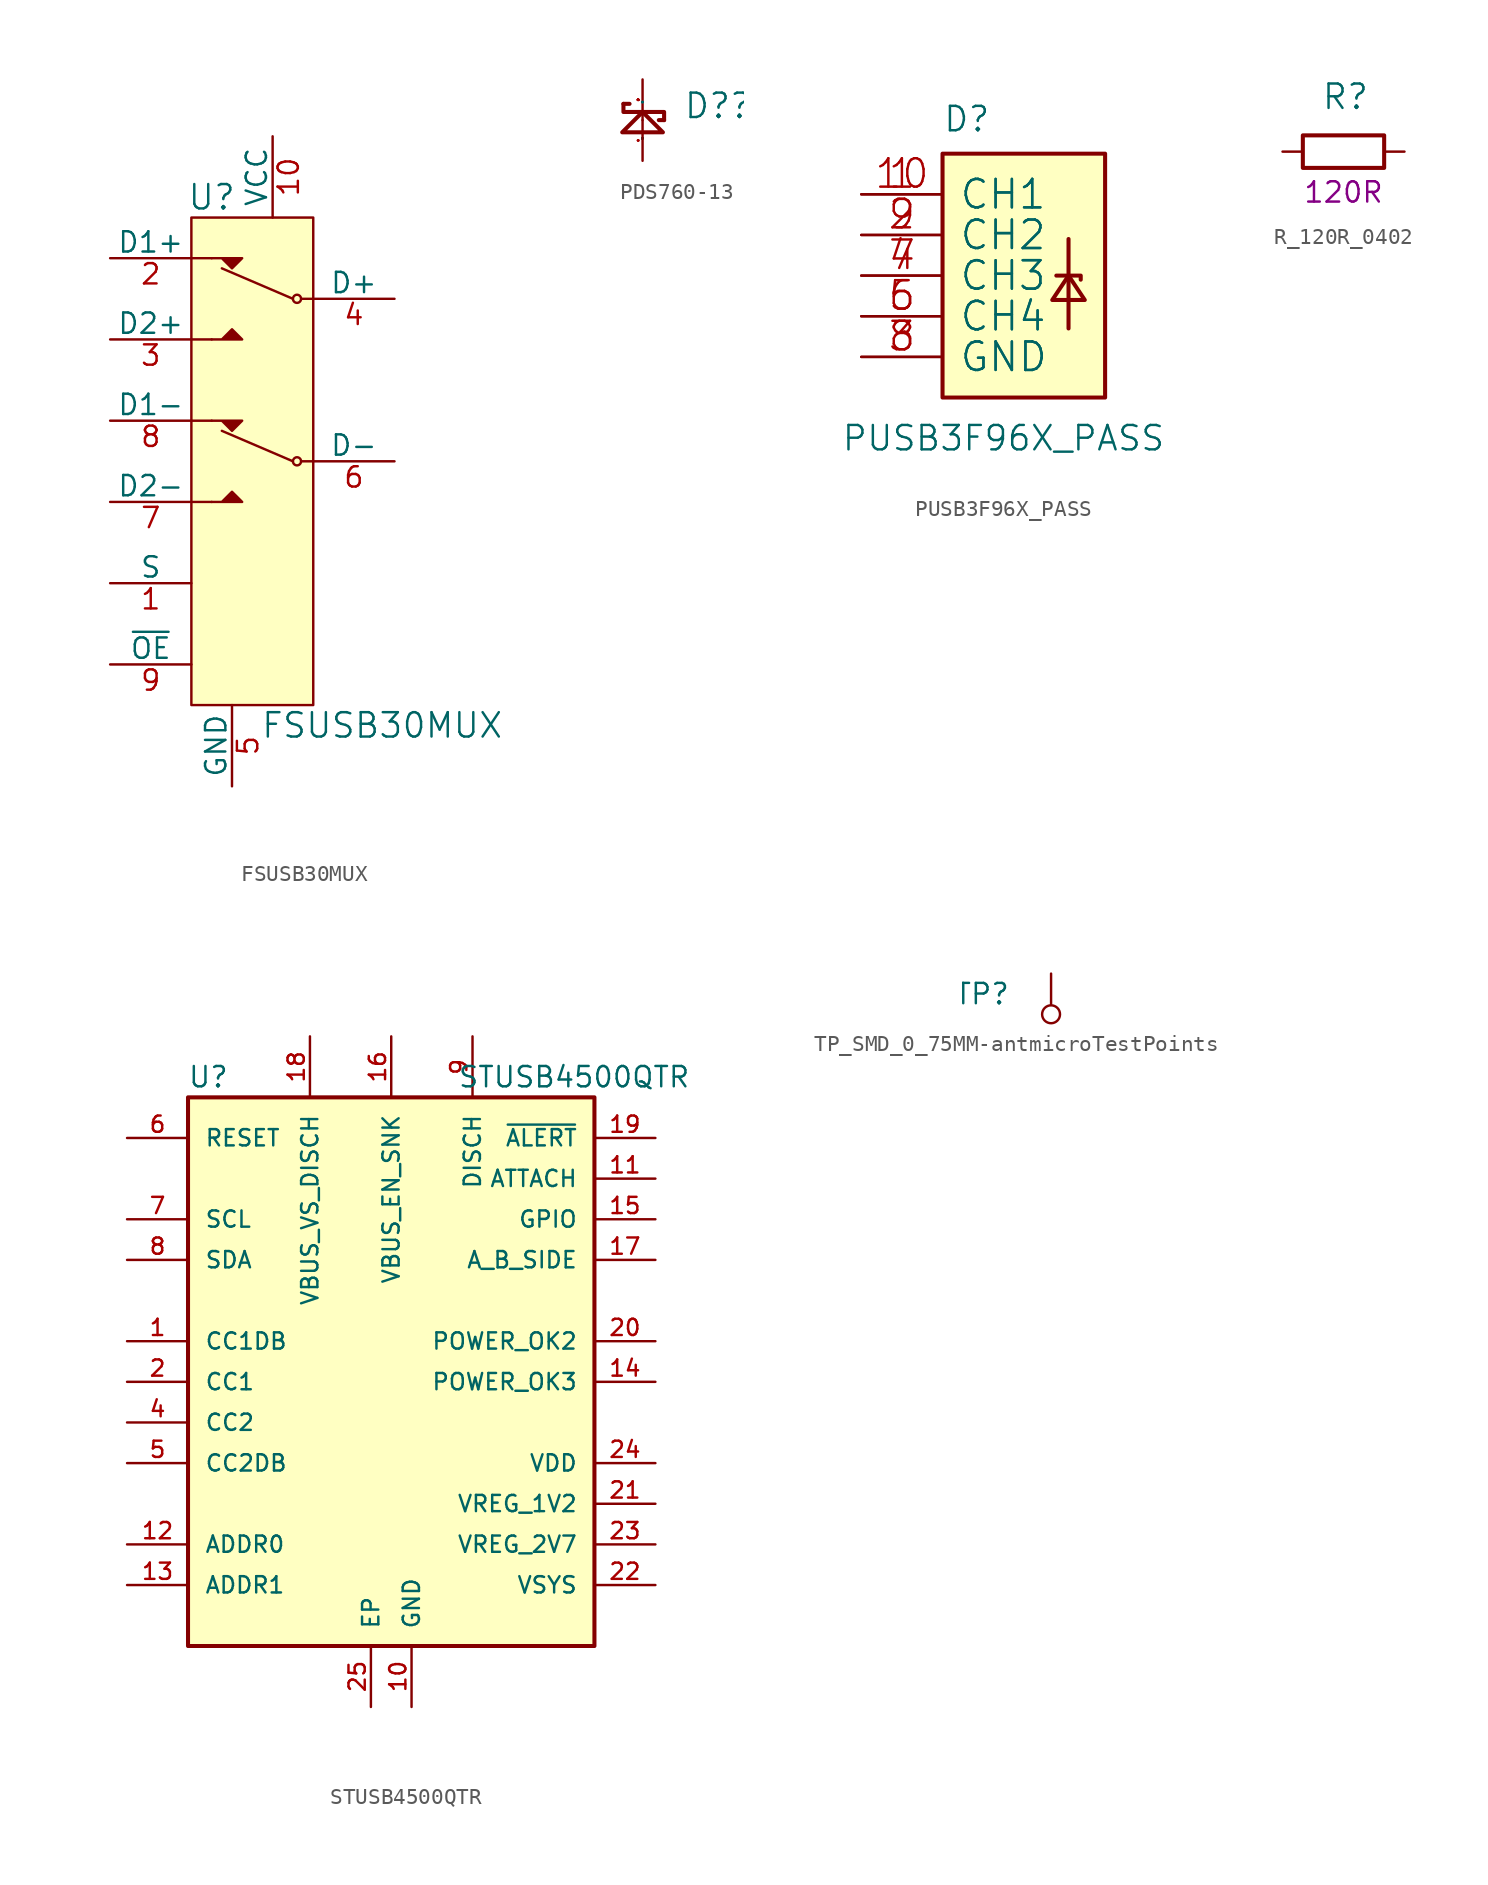
<source format=kicad_sym>
(kicad_symbol_lib
  (version 20211014)
  (generator kicad_symbol_editor)
  (symbol "FSUSB30MUX"
    (pin_names
      (offset 0))
    (property "Reference" "U"
      (at -3.81 16.51 0)
      (effects (font (size 1.524 1.524))))
    (property "Value" "FSUSB30MUX"
      (at -0.762 -16.51 0)
      (effects (font (size 1.524 1.524)) (justify left)))
    (symbol "FSUSB30MUX_0_1"
      (rectangle (start -5.08 15.24) (end 2.54 -15.24) (stroke (width 0) (type default) (color 0 0 0 0)) (fill (type background)))
      (polyline (pts (xy -5.08 -2.54) (xy -3.81 -2.54)) (stroke (width 0) (type default) (color 0 0 0 0)) (fill (type none)))
      (polyline (pts (xy -5.08 7.62) (xy -3.81 7.62)) (stroke (width 0) (type default) (color 0 0 0 0)) (fill (type none)))
      (polyline (pts (xy -3.81 2.54) (xy -5.08 2.54)) (stroke (width 0) (type default) (color 0 0 0 0)) (fill (type none)))
      (polyline (pts (xy -3.81 12.7) (xy -5.08 12.7)) (stroke (width 0) (type default) (color 0 0 0 0)) (fill (type none)))
      (polyline (pts (xy -3.175 1.905) (xy 1.27 0)) (stroke (width 0) (type default) (color 0 0 0 0)) (fill (type none)))
      (polyline (pts (xy -3.175 12.065) (xy 1.27 10.16)) (stroke (width 0) (type default) (color 0 0 0 0)) (fill (type none)))
      (polyline (pts (xy 1.778 0) (xy 2.54 0)) (stroke (width 0) (type default) (color 0 0 0 0)) (fill (type none)))
      (polyline (pts (xy 1.778 10.16) (xy 2.54 10.16)) (stroke (width 0) (type default) (color 0 0 0 0)) (fill (type none)))
      (polyline (pts (xy -3.81 -2.54) (xy -1.905 -2.54) (xy -2.54 -1.905) (xy -3.175 -2.54)) (stroke (width 0) (type default) (color 0 0 0 0)) (fill (type outline)))
      (polyline (pts (xy -3.81 2.54) (xy -1.905 2.54) (xy -2.54 1.905) (xy -3.175 2.54)) (stroke (width 0) (type default) (color 0 0 0 0)) (fill (type outline)))
      (polyline (pts (xy -3.81 7.62) (xy -1.905 7.62) (xy -2.54 8.255) (xy -3.175 7.62)) (stroke (width 0) (type default) (color 0 0 0 0)) (fill (type outline)))
      (polyline (pts (xy -3.81 12.7) (xy -1.905 12.7) (xy -2.54 12.065) (xy -3.175 12.7)) (stroke (width 0) (type default) (color 0 0 0 0)) (fill (type outline)))
      (circle (center 1.524 0) (radius 0.254) (stroke (width 0) (type default) (color 0 0 0 0)) (fill (type none)))
      (circle (center 1.524 10.16) (radius 0.254) (stroke (width 0) (type default) (color 0 0 0 0)) (fill (type none))))
    (symbol "FSUSB30MUX_1_1"
      (pin input line (at -10.16 -7.62 0) (length 5.08) (name "S" (effects (font (size 1.27 1.27)))) (number "1" (effects (font (size 1.27 1.27)))))
      (pin power_in line (at 0 20.32 270) (length 5.08) (name "VCC" (effects (font (size 1.27 1.27)))) (number "10" (effects (font (size 1.27 1.27)))))
      (pin bidirectional line (at -10.16 12.7 0) (length 5.08) (name "D1+" (effects (font (size 1.27 1.27)))) (number "2" (effects (font (size 1.27 1.27)))))
      (pin bidirectional line (at -10.16 7.62 0) (length 5.08) (name "D2+" (effects (font (size 1.27 1.27)))) (number "3" (effects (font (size 1.27 1.27)))))
      (pin bidirectional line (at 7.62 10.16 180) (length 5.08) (name "D+" (effects (font (size 1.27 1.27)))) (number "4" (effects (font (size 1.27 1.27)))))
      (pin power_in line (at -2.54 -20.32 90) (length 5.08) (name "GND" (effects (font (size 1.27 1.27)))) (number "5" (effects (font (size 1.27 1.27)))))
      (pin bidirectional line (at 7.62 0 180) (length 5.08) (name "D-" (effects (font (size 1.27 1.27)))) (number "6" (effects (font (size 1.27 1.27)))))
      (pin bidirectional line (at -10.16 -2.54 0) (length 5.08) (name "D2-" (effects (font (size 1.27 1.27)))) (number "7" (effects (font (size 1.27 1.27)))))
      (pin bidirectional line (at -10.16 2.54 0) (length 5.08) (name "D1-" (effects (font (size 1.27 1.27)))) (number "8" (effects (font (size 1.27 1.27)))))
      (pin input line (at -10.16 -12.7 0) (length 5.08) (name "~{OE}" (effects (font (size 1.27 1.27)))) (number "9" (effects (font (size 1.27 1.27)))))))
  (symbol "PDS760-13"
    (pin_names
      (offset 1.016))
    (property "Reference" "D?"
      (at 2.54 0 0)
      (effects (font (size 1.524 1.524)) (justify left bottom)))
    (symbol "PDS760-13_0_1"
      (polyline (pts (xy -1.27 -0.762) (xy 1.27 -0.762) (xy 0 0.508) (xy -1.27 -0.762)) (stroke (width 0.254) (type default) (color 0 0 0 0)) (fill (type none)))
      (polyline (pts (xy -1.194 1.016) (xy -1.194 0.508) (xy 1.346 0.508) (xy 1.346 0)) (stroke (width 0.254) (type default) (color 0 0 0 0)) (fill (type none)))
      (pin passive line (at 0 -2.54 90) (length 2.54) (name "A" (effects (font (size 0.025 0.025)))) (number "A" (effects (font (size 0.025 0.025)))))
      (pin passive line (at 0 2.54 270) (length 2.54) (name "C" (effects (font (size 0.025 0.025)))) (number "C" (effects (font (size 0.025 0.025))))))
    (symbol "PDS760-13_1_1"
      (polyline (pts (xy -1.194 1.016) (xy -0.813 1.016)) (stroke (width 0.254) (type default) (color 0 0 0 0)) (fill (type none)))
      (polyline (pts (xy 1.016 0) (xy 1.346 0)) (stroke (width 0.254) (type default) (color 0 0 0 0)) (fill (type none)))))
  (symbol "PUSB3F96X_PASS"
    (pin_names
      (offset 1.016))
    (property "Reference" "D"
      (at 0 8.89 0)
      (effects (font (size 1.524 1.524)) (justify left bottom)))
    (property "Value" "PUSB3F96X_PASS"
      (at 3.81 -10.16 0)
      (effects (font (size 1.524 1.524))))
    (symbol "PUSB3F96X_PASS_0_1"
      (rectangle (start 0 -7.62) (end 10.16 7.62) (stroke (width 0.254) (type default) (color 0 0 0 0)) (fill (type background)))
      (polyline (pts (xy 7.874 2.286) (xy 7.874 -3.302)) (stroke (width 0.254) (type default) (color 0 0 0 0)) (fill (type none)))
      (polyline (pts (xy 7.112 0) (xy 8.636 0) (xy 8.636 -0.254)) (stroke (width 0.254) (type default) (color 0 0 0 0)) (fill (type none)))
      (polyline (pts (xy 8.89 -1.524) (xy 7.874 0) (xy 6.858 -1.524) (xy 8.89 -1.524)) (stroke (width 0.254) (type default) (color 0 0 0 0)) (fill (type none)))
      (pin passive line (at -5.08 5.08 0) (length 5.08) (name "CH1" (effects (font (size 1.778 1.778)))) (number "1" (effects (font (size 1.778 1.778)))))
      (pin passive line (at -5.08 2.54 0) (length 5.08) (name "CH2" (effects (font (size 1.778 1.778)))) (number "2" (effects (font (size 1.778 1.778)))))
      (pin passive line (at -5.08 -5.08 0) (length 5.08) (name "GND" (effects (font (size 1.778 1.778)))) (number "3" (effects (font (size 1.778 1.778)))))
      (pin passive line (at -5.08 0 0) (length 5.08) (name "CH3" (effects (font (size 1.778 1.778)))) (number "4" (effects (font (size 1.778 1.778)))))
      (pin passive line (at -5.08 -2.54 0) (length 5.08) (name "CH4" (effects (font (size 1.778 1.778)))) (number "5" (effects (font (size 1.778 1.778)))))
      (pin passive line (at -5.08 -5.08 0) (length 5.08) (name "GND" (effects (font (size 1.778 1.778)))) (number "8" (effects (font (size 1.778 1.778))))))
    (symbol "PUSB3F96X_PASS_1_1"
      (pin passive line (at -5.08 5.08 0) (length 5.08) (name "CH1" (effects (font (size 1.778 1.778)))) (number "10" (effects (font (size 1.778 1.778)))))
      (pin passive line (at -5.08 -2.54 0) (length 5.08) (name "CH4" (effects (font (size 1.778 1.778)))) (number "6" (effects (font (size 1.778 1.778)))))
      (pin passive line (at -5.08 0 0) (length 5.08) (name "CH3" (effects (font (size 1.778 1.778)))) (number "7" (effects (font (size 1.778 1.778)))))
      (pin passive line (at -5.08 2.54 0) (length 5.08) (name "CH2" (effects (font (size 1.778 1.778)))) (number "9" (effects (font (size 1.778 1.778)))))))
  (symbol "R_120R_0402"
    (pin_names
      (offset 0))
    (property "Reference" "R"
      (at -1.397 3.429 0)
      (effects (font (size 1.524 1.524)) (justify left)))
    (property "Val" "120R"
      (at 0 -2.54 0)
      (effects (font (size 1.27 1.27))))
    (symbol "R_120R_0402_1_1"
      (rectangle (start 2.54 -1.016) (end -2.54 1.016) (stroke (width 0.254) (type default) (color 0 0 0 0)) (fill (type none)))
      (pin passive line (at -3.81 0 0) (length 1.27) (name "~" (effects (font (size 0 0)))) (number "1" (effects (font (size 0 0)))))
      (pin passive line (at 3.81 0 180) (length 1.27) (name "~" (effects (font (size 0 0)))) (number "2" (effects (font (size 0 0)))))))
  (symbol "STUSB4500QTR"
    (pin_names
      (offset 1.016))
    (property "Reference" "U"
      (at -11.43 17.78 0)
      (effects (font (size 1.27 1.27))))
    (property "Value" "STUSB4500QTR"
      (at 11.43 17.78 0)
      (effects (font (size 1.27 1.27))))
    (symbol "STUSB4500QTR_1_1"
      (rectangle (start -12.7 -17.78) (end 12.7 16.51) (stroke (width 0.254) (type default) (color 0 0 0 0)) (fill (type background)))
      (pin bidirectional line (at -16.51 1.27 0) (length 3.81) (name "CC1DB" (effects (font (size 1.016 1.016)))) (number "1" (effects (font (size 1.016 1.016)))))
      (pin power_in line (at 1.27 -21.59 90) (length 3.81) (name "GND" (effects (font (size 1.016 1.016)))) (number "10" (effects (font (size 1.016 1.016)))))
      (pin output line (at 16.51 11.43 180) (length 3.81) (name "ATTACH" (effects (font (size 1.016 1.016)))) (number "11" (effects (font (size 1.016 1.016)))))
      (pin input line (at -16.51 -11.43 0) (length 3.81) (name "ADDR0" (effects (font (size 1.016 1.016)))) (number "12" (effects (font (size 1.016 1.016)))))
      (pin input line (at -16.51 -13.97 0) (length 3.81) (name "ADDR1" (effects (font (size 1.016 1.016)))) (number "13" (effects (font (size 1.016 1.016)))))
      (pin output line (at 16.51 -1.27 180) (length 3.81) (name "POWER_OK3" (effects (font (size 1.016 1.016)))) (number "14" (effects (font (size 1.016 1.016)))))
      (pin output line (at 16.51 8.89 180) (length 3.81) (name "GPIO" (effects (font (size 1.016 1.016)))) (number "15" (effects (font (size 1.016 1.016)))))
      (pin output line (at 0 20.32 270) (length 3.81) (name "VBUS_EN_SNK" (effects (font (size 1.016 1.016)))) (number "16" (effects (font (size 1.016 1.016)))))
      (pin output line (at 16.51 6.35 180) (length 3.81) (name "A_B_SIDE" (effects (font (size 1.016 1.016)))) (number "17" (effects (font (size 1.016 1.016)))))
      (pin input line (at -5.08 20.32 270) (length 3.81) (name "VBUS_VS_DISCH" (effects (font (size 1.016 1.016)))) (number "18" (effects (font (size 1.016 1.016)))))
      (pin output line (at 16.51 13.97 180) (length 3.81) (name "~{ALERT}" (effects (font (size 1.016 1.016)))) (number "19" (effects (font (size 1.016 1.016)))))
      (pin bidirectional line (at -16.51 -1.27 0) (length 3.81) (name "CC1" (effects (font (size 1.016 1.016)))) (number "2" (effects (font (size 1.016 1.016)))))
      (pin output line (at 16.51 1.27 180) (length 3.81) (name "POWER_OK2" (effects (font (size 1.016 1.016)))) (number "20" (effects (font (size 1.016 1.016)))))
      (pin output line (at 16.51 -8.89 180) (length 3.81) (name "VREG_1V2" (effects (font (size 1.016 1.016)))) (number "21" (effects (font (size 1.016 1.016)))))
      (pin power_in line (at 16.51 -13.97 180) (length 3.81) (name "VSYS" (effects (font (size 1.016 1.016)))) (number "22" (effects (font (size 1.016 1.016)))))
      (pin output line (at 16.51 -11.43 180) (length 3.81) (name "VREG_2V7" (effects (font (size 1.016 1.016)))) (number "23" (effects (font (size 1.016 1.016)))))
      (pin power_in line (at 16.51 -6.35 180) (length 3.81) (name "VDD" (effects (font (size 1.016 1.016)))) (number "24" (effects (font (size 1.016 1.016)))))
      (pin power_in line (at -1.27 -21.59 90) (length 3.81) (name "EP" (effects (font (size 1.016 1.016)))) (number "25" (effects (font (size 1.016 1.016)))))
      (pin bidirectional line (at -16.51 -3.81 0) (length 3.81) (name "CC2" (effects (font (size 1.016 1.016)))) (number "4" (effects (font (size 1.016 1.016)))))
      (pin bidirectional line (at -16.51 -6.35 0) (length 3.81) (name "CC2DB" (effects (font (size 1.016 1.016)))) (number "5" (effects (font (size 1.016 1.016)))))
      (pin input line (at -16.51 13.97 0) (length 3.81) (name "RESET" (effects (font (size 1.016 1.016)))) (number "6" (effects (font (size 1.016 1.016)))))
      (pin input line (at -16.51 8.89 0) (length 3.81) (name "SCL" (effects (font (size 1.016 1.016)))) (number "7" (effects (font (size 1.016 1.016)))))
      (pin bidirectional line (at -16.51 6.35 0) (length 3.81) (name "SDA" (effects (font (size 1.016 1.016)))) (number "8" (effects (font (size 1.016 1.016)))))
      (pin bidirectional line (at 5.08 20.32 270) (length 3.81) (name "DISCH" (effects (font (size 1.016 1.016)))) (number "9" (effects (font (size 1.016 1.016)))))))
  (symbol "TP_SMD_0_75MM-antmicroTestPoints"
    (pin_numbers hide)
    (pin_names
      (offset 0))
    (property "Reference" "TP"
      (at -2.54 1.27 0)
      (effects (font (size 1.27 1.27)) (justify right)))
    (symbol "TP_SMD_0_75MM-antmicroTestPoints_0_1"
      (circle (center 0 0) (radius 0.559) (stroke (width 0) (type default) (color 0 0 0 0)) (fill (type none))))
    (symbol "TP_SMD_0_75MM-antmicroTestPoints_1_1"
      (pin passive line (at 0 2.54 270) (length 1.905) (name "~" (effects (font (size 1.27 1.27)))) (number "1" (effects (font (size 1.27 1.27))))))))
</source>
